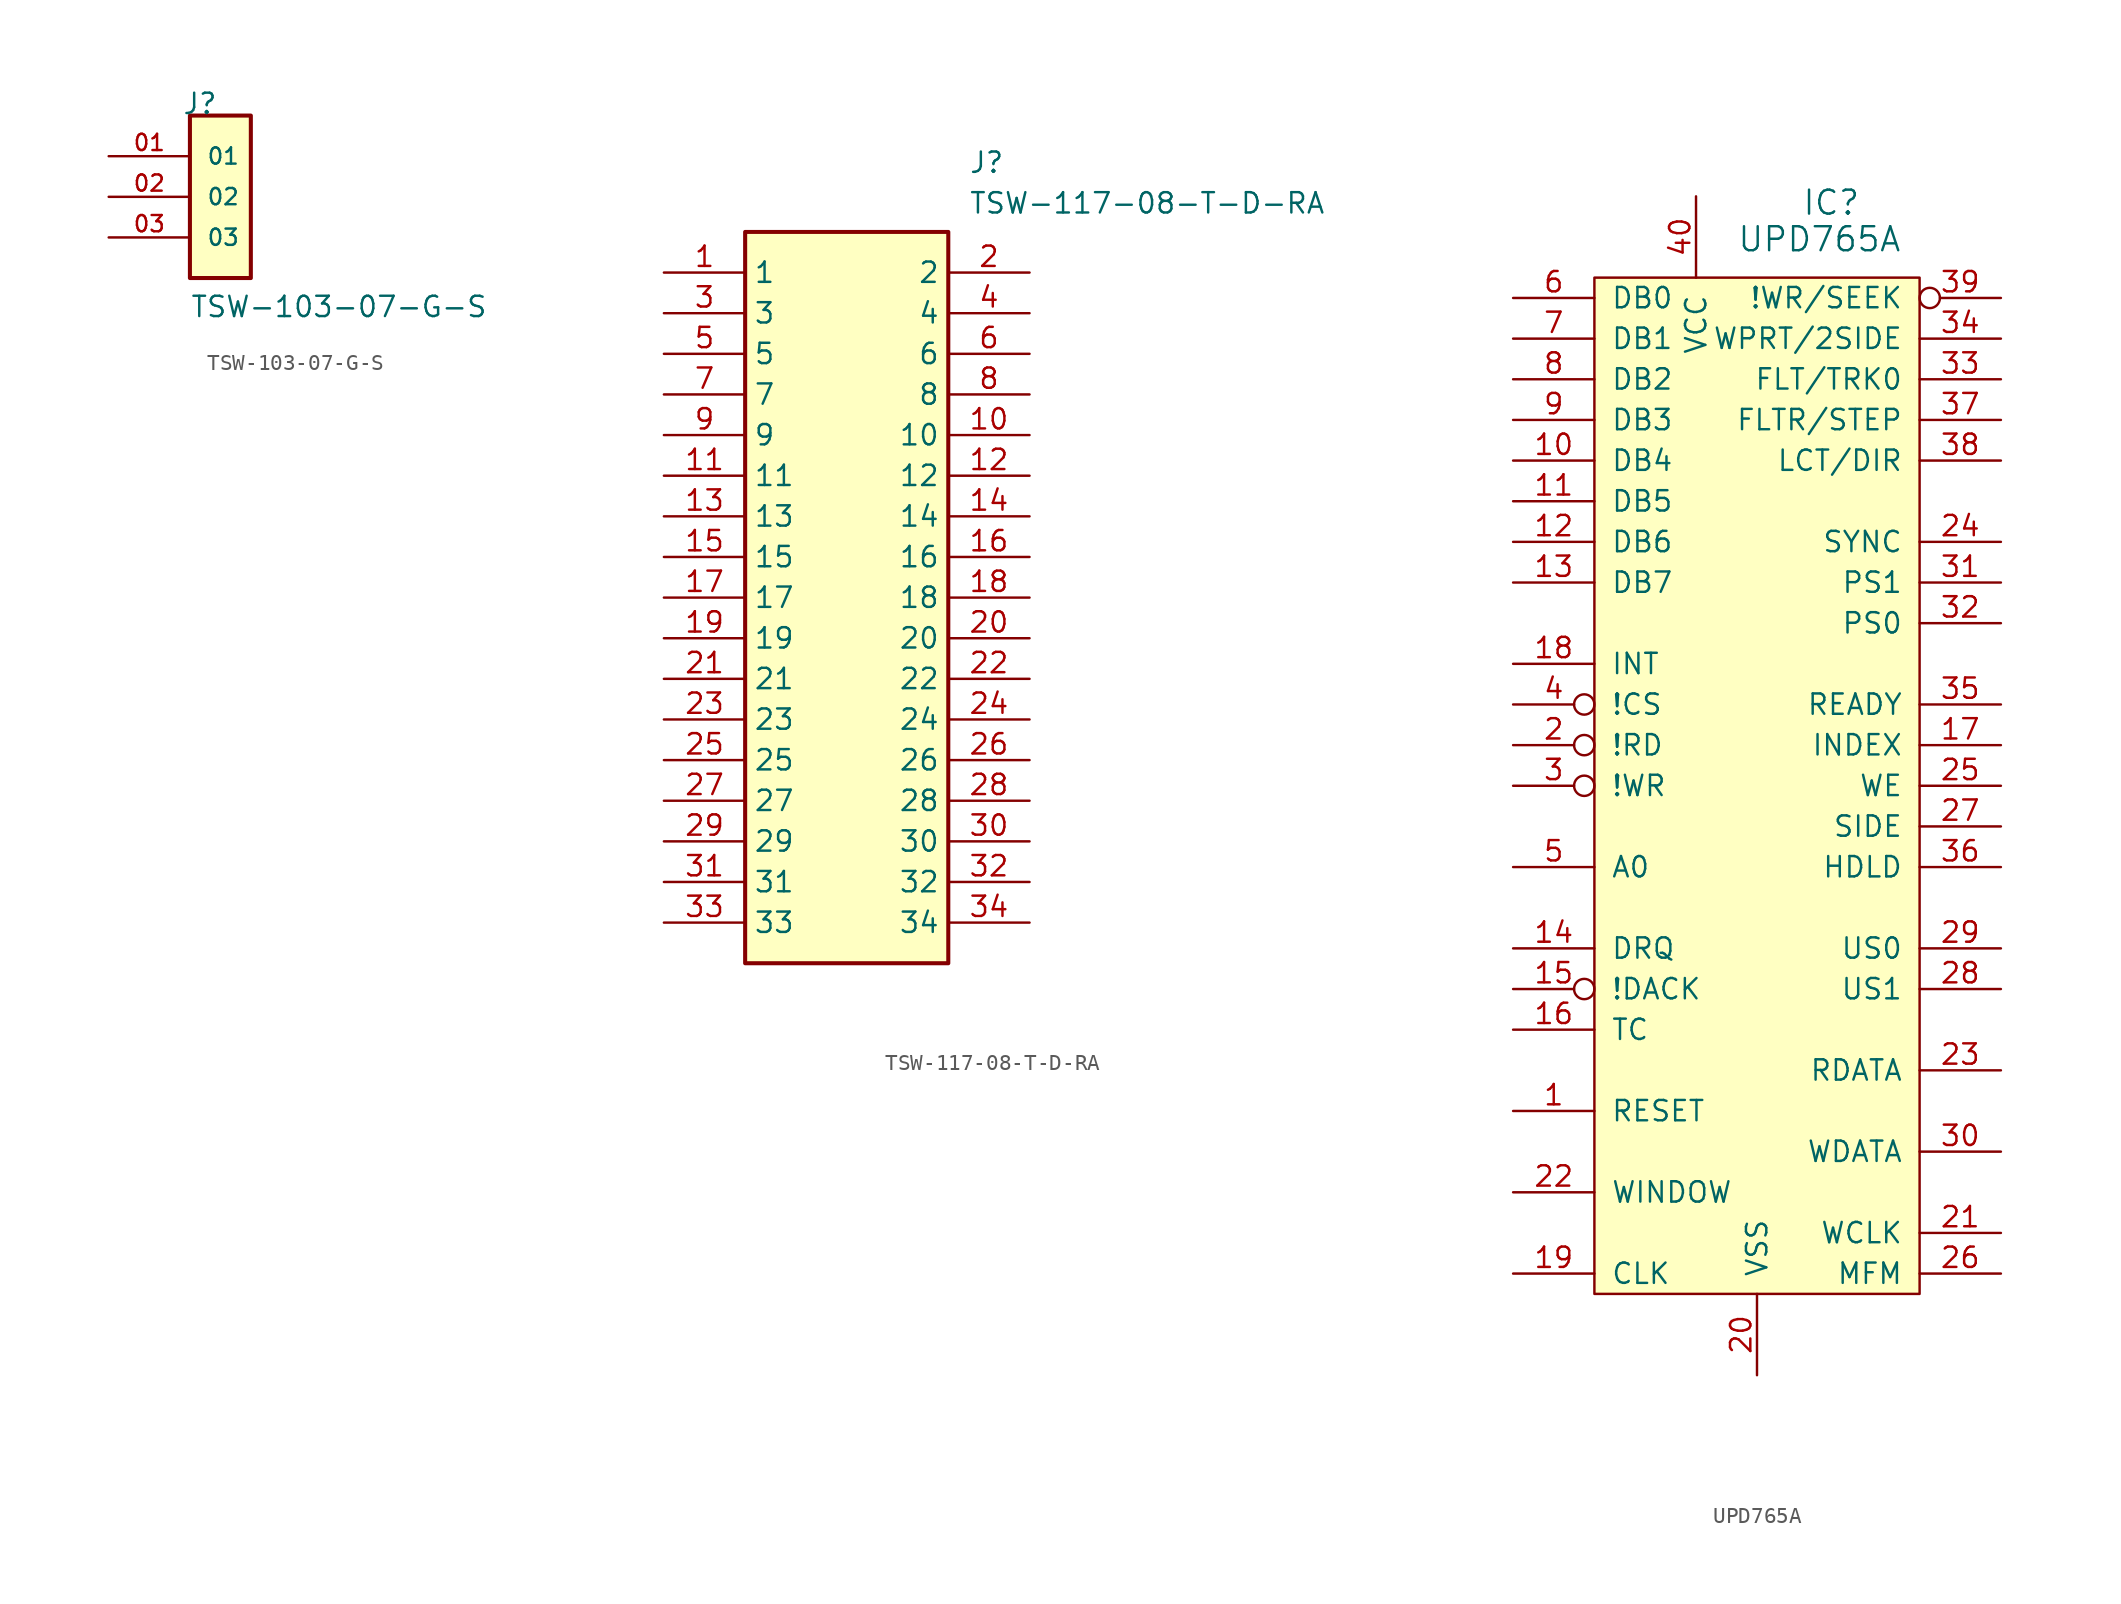
<source format=kicad_sym>
(kicad_symbol_lib
  (version 20241209)
  (generator "kicad_symbol_editor")
  (generator_version "9.0")
  (symbol "TSW-103-07-G-S"
    (pin_names
      (offset 1.016))
    (property "Reference" "J"
      (at -8.12 5.08 0)
      (effects (font (size 1.27 1.27)) (justify left bottom)))
    (property "Value" "TSW-103-07-G-S"
      (at -7.62 -7.62 0)
      (effects (font (size 1.27 1.27)) (justify left bottom)))
    (symbol "TSW-103-07-G-S_0_0"
      (rectangle (start -7.62 5.08) (end -3.81 -5.08) (stroke (width 0.254) (type default)) (fill (type background)))
      (pin passive line (at -12.7 2.54 0) (length 5.08) (name "01" (effects (font (size 1.016 1.016)))) (number "01" (effects (font (size 1.016 1.016)))))
      (pin passive line (at -12.7 0 0) (length 5.08) (name "02" (effects (font (size 1.016 1.016)))) (number "02" (effects (font (size 1.016 1.016)))))
      (pin passive line (at -12.7 -2.54 0) (length 5.08) (name "03" (effects (font (size 1.016 1.016)))) (number "03" (effects (font (size 1.016 1.016)))))))
  (symbol "TSW-117-08-T-D-RA"
    (property "Reference" "J"
      (at 19.05 7.62 0)
      (effects (font (size 1.27 1.27)) (justify left top)))
    (property "Value" "TSW-117-08-T-D-RA"
      (at 19.05 5.08 0)
      (effects (font (size 1.27 1.27)) (justify left top)))
    (symbol "TSW-117-08-T-D-RA_1_1"
      (rectangle (start 5.08 2.54) (end 17.78 -43.18) (stroke (width 0.254) (type default)) (fill (type background)))
      (pin passive line (at 0 0 0) (length 5.08) (name "1" (effects (font (size 1.27 1.27)))) (number "1" (effects (font (size 1.27 1.27)))))
      (pin passive line (at 0 -2.54 0) (length 5.08) (name "3" (effects (font (size 1.27 1.27)))) (number "3" (effects (font (size 1.27 1.27)))))
      (pin passive line (at 0 -5.08 0) (length 5.08) (name "5" (effects (font (size 1.27 1.27)))) (number "5" (effects (font (size 1.27 1.27)))))
      (pin passive line (at 0 -7.62 0) (length 5.08) (name "7" (effects (font (size 1.27 1.27)))) (number "7" (effects (font (size 1.27 1.27)))))
      (pin passive line (at 0 -10.16 0) (length 5.08) (name "9" (effects (font (size 1.27 1.27)))) (number "9" (effects (font (size 1.27 1.27)))))
      (pin passive line (at 0 -12.7 0) (length 5.08) (name "11" (effects (font (size 1.27 1.27)))) (number "11" (effects (font (size 1.27 1.27)))))
      (pin passive line (at 0 -15.24 0) (length 5.08) (name "13" (effects (font (size 1.27 1.27)))) (number "13" (effects (font (size 1.27 1.27)))))
      (pin passive line (at 0 -17.78 0) (length 5.08) (name "15" (effects (font (size 1.27 1.27)))) (number "15" (effects (font (size 1.27 1.27)))))
      (pin passive line (at 0 -20.32 0) (length 5.08) (name "17" (effects (font (size 1.27 1.27)))) (number "17" (effects (font (size 1.27 1.27)))))
      (pin passive line (at 0 -22.86 0) (length 5.08) (name "19" (effects (font (size 1.27 1.27)))) (number "19" (effects (font (size 1.27 1.27)))))
      (pin passive line (at 0 -25.4 0) (length 5.08) (name "21" (effects (font (size 1.27 1.27)))) (number "21" (effects (font (size 1.27 1.27)))))
      (pin passive line (at 0 -27.94 0) (length 5.08) (name "23" (effects (font (size 1.27 1.27)))) (number "23" (effects (font (size 1.27 1.27)))))
      (pin passive line (at 0 -30.48 0) (length 5.08) (name "25" (effects (font (size 1.27 1.27)))) (number "25" (effects (font (size 1.27 1.27)))))
      (pin passive line (at 0 -33.02 0) (length 5.08) (name "27" (effects (font (size 1.27 1.27)))) (number "27" (effects (font (size 1.27 1.27)))))
      (pin passive line (at 0 -35.56 0) (length 5.08) (name "29" (effects (font (size 1.27 1.27)))) (number "29" (effects (font (size 1.27 1.27)))))
      (pin passive line (at 0 -38.1 0) (length 5.08) (name "31" (effects (font (size 1.27 1.27)))) (number "31" (effects (font (size 1.27 1.27)))))
      (pin passive line (at 0 -40.64 0) (length 5.08) (name "33" (effects (font (size 1.27 1.27)))) (number "33" (effects (font (size 1.27 1.27)))))
      (pin passive line (at 22.86 0 180) (length 5.08) (name "2" (effects (font (size 1.27 1.27)))) (number "2" (effects (font (size 1.27 1.27)))))
      (pin passive line (at 22.86 -2.54 180) (length 5.08) (name "4" (effects (font (size 1.27 1.27)))) (number "4" (effects (font (size 1.27 1.27)))))
      (pin passive line (at 22.86 -5.08 180) (length 5.08) (name "6" (effects (font (size 1.27 1.27)))) (number "6" (effects (font (size 1.27 1.27)))))
      (pin passive line (at 22.86 -7.62 180) (length 5.08) (name "8" (effects (font (size 1.27 1.27)))) (number "8" (effects (font (size 1.27 1.27)))))
      (pin passive line (at 22.86 -10.16 180) (length 5.08) (name "10" (effects (font (size 1.27 1.27)))) (number "10" (effects (font (size 1.27 1.27)))))
      (pin passive line (at 22.86 -12.7 180) (length 5.08) (name "12" (effects (font (size 1.27 1.27)))) (number "12" (effects (font (size 1.27 1.27)))))
      (pin passive line (at 22.86 -15.24 180) (length 5.08) (name "14" (effects (font (size 1.27 1.27)))) (number "14" (effects (font (size 1.27 1.27)))))
      (pin passive line (at 22.86 -17.78 180) (length 5.08) (name "16" (effects (font (size 1.27 1.27)))) (number "16" (effects (font (size 1.27 1.27)))))
      (pin passive line (at 22.86 -20.32 180) (length 5.08) (name "18" (effects (font (size 1.27 1.27)))) (number "18" (effects (font (size 1.27 1.27)))))
      (pin passive line (at 22.86 -22.86 180) (length 5.08) (name "20" (effects (font (size 1.27 1.27)))) (number "20" (effects (font (size 1.27 1.27)))))
      (pin passive line (at 22.86 -25.4 180) (length 5.08) (name "22" (effects (font (size 1.27 1.27)))) (number "22" (effects (font (size 1.27 1.27)))))
      (pin passive line (at 22.86 -27.94 180) (length 5.08) (name "24" (effects (font (size 1.27 1.27)))) (number "24" (effects (font (size 1.27 1.27)))))
      (pin passive line (at 22.86 -30.48 180) (length 5.08) (name "26" (effects (font (size 1.27 1.27)))) (number "26" (effects (font (size 1.27 1.27)))))
      (pin passive line (at 22.86 -33.02 180) (length 5.08) (name "28" (effects (font (size 1.27 1.27)))) (number "28" (effects (font (size 1.27 1.27)))))
      (pin passive line (at 22.86 -35.56 180) (length 5.08) (name "30" (effects (font (size 1.27 1.27)))) (number "30" (effects (font (size 1.27 1.27)))))
      (pin passive line (at 22.86 -38.1 180) (length 5.08) (name "32" (effects (font (size 1.27 1.27)))) (number "32" (effects (font (size 1.27 1.27)))))
      (pin passive line (at 22.86 -40.64 180) (length 5.08) (name "34" (effects (font (size 1.27 1.27)))) (number "34" (effects (font (size 1.27 1.27)))))))
  (symbol "UPD765A"
    (pin_names
      (offset 1.016))
    (property "Reference" "IC"
      (at 2.794 34.29 0)
      (effects (font (size 1.499 1.499)) (justify left bottom)))
    (property "Value" "UPD765A"
      (at -1.27 32.004 0)
      (effects (font (size 1.499 1.499)) (justify left bottom)))
    (symbol "UPD765A_1_0"
      (rectangle (start -10.16 30.48) (end 10.16 -33.02) (stroke (width 0) (type solid)) (fill (type background)))
      (pin passive line (at -15.24 29.21 0) (length 5.08) (name "DB0" (effects (font (size 1.27 1.27)))) (number "6" (effects (font (size 1.27 1.27)))))
      (pin passive line (at -15.24 26.67 0) (length 5.08) (name "DB1" (effects (font (size 1.27 1.27)))) (number "7" (effects (font (size 1.27 1.27)))))
      (pin passive line (at -15.24 24.13 0) (length 5.08) (name "DB2" (effects (font (size 1.27 1.27)))) (number "8" (effects (font (size 1.27 1.27)))))
      (pin passive line (at -15.24 21.59 0) (length 5.08) (name "DB3" (effects (font (size 1.27 1.27)))) (number "9" (effects (font (size 1.27 1.27)))))
      (pin passive line (at -15.24 19.05 0) (length 5.08) (name "DB4" (effects (font (size 1.27 1.27)))) (number "10" (effects (font (size 1.27 1.27)))))
      (pin passive line (at -15.24 16.51 0) (length 5.08) (name "DB5" (effects (font (size 1.27 1.27)))) (number "11" (effects (font (size 1.27 1.27)))))
      (pin passive line (at -15.24 13.97 0) (length 5.08) (name "DB6" (effects (font (size 1.27 1.27)))) (number "12" (effects (font (size 1.27 1.27)))))
      (pin passive line (at -15.24 11.43 0) (length 5.08) (name "DB7" (effects (font (size 1.27 1.27)))) (number "13" (effects (font (size 1.27 1.27)))))
      (pin passive line (at -15.24 6.35 0) (length 5.08) (name "INT" (effects (font (size 1.27 1.27)))) (number "18" (effects (font (size 1.27 1.27)))))
      (pin passive inverted (at -15.24 3.81 0) (length 5.08) (name "!CS" (effects (font (size 1.27 1.27)))) (number "4" (effects (font (size 1.27 1.27)))))
      (pin passive inverted (at -15.24 1.27 0) (length 5.08) (name "!RD" (effects (font (size 1.27 1.27)))) (number "2" (effects (font (size 1.27 1.27)))))
      (pin passive inverted (at -15.24 -1.27 0) (length 5.08) (name "!WR" (effects (font (size 1.27 1.27)))) (number "3" (effects (font (size 1.27 1.27)))))
      (pin passive line (at -15.24 -6.35 0) (length 5.08) (name "A0" (effects (font (size 1.27 1.27)))) (number "5" (effects (font (size 1.27 1.27)))))
      (pin passive line (at -15.24 -11.43 0) (length 5.08) (name "DRQ" (effects (font (size 1.27 1.27)))) (number "14" (effects (font (size 1.27 1.27)))))
      (pin passive inverted (at -15.24 -13.97 0) (length 5.08) (name "!DACK" (effects (font (size 1.27 1.27)))) (number "15" (effects (font (size 1.27 1.27)))))
      (pin passive line (at -15.24 -16.51 0) (length 5.08) (name "TC" (effects (font (size 1.27 1.27)))) (number "16" (effects (font (size 1.27 1.27)))))
      (pin passive line (at -15.24 -21.59 0) (length 5.08) (name "RESET" (effects (font (size 1.27 1.27)))) (number "1" (effects (font (size 1.27 1.27)))))
      (pin passive line (at -15.24 -26.67 0) (length 5.08) (name "WINDOW" (effects (font (size 1.27 1.27)))) (number "22" (effects (font (size 1.27 1.27)))))
      (pin passive line (at -15.24 -31.75 0) (length 5.08) (name "CLK" (effects (font (size 1.27 1.27)))) (number "19" (effects (font (size 1.27 1.27)))))
      (pin passive line (at -3.81 35.56 270) (length 5.08) (name "VCC" (effects (font (size 1.27 1.27)))) (number "40" (effects (font (size 1.27 1.27)))))
      (pin passive line (at 0 -38.1 90) (length 5.08) (name "VSS" (effects (font (size 1.27 1.27)))) (number "20" (effects (font (size 1.27 1.27)))))
      (pin passive inverted (at 15.24 29.21 180) (length 5.08) (name "!WR/SEEK" (effects (font (size 1.27 1.27)))) (number "39" (effects (font (size 1.27 1.27)))))
      (pin passive line (at 15.24 26.67 180) (length 5.08) (name "WPRT/2SIDE" (effects (font (size 1.27 1.27)))) (number "34" (effects (font (size 1.27 1.27)))))
      (pin passive line (at 15.24 24.13 180) (length 5.08) (name "FLT/TRK0" (effects (font (size 1.27 1.27)))) (number "33" (effects (font (size 1.27 1.27)))))
      (pin passive line (at 15.24 21.59 180) (length 5.08) (name "FLTR/STEP" (effects (font (size 1.27 1.27)))) (number "37" (effects (font (size 1.27 1.27)))))
      (pin passive line (at 15.24 19.05 180) (length 5.08) (name "LCT/DIR" (effects (font (size 1.27 1.27)))) (number "38" (effects (font (size 1.27 1.27)))))
      (pin passive line (at 15.24 13.97 180) (length 5.08) (name "SYNC" (effects (font (size 1.27 1.27)))) (number "24" (effects (font (size 1.27 1.27)))))
      (pin passive line (at 15.24 11.43 180) (length 5.08) (name "PS1" (effects (font (size 1.27 1.27)))) (number "31" (effects (font (size 1.27 1.27)))))
      (pin passive line (at 15.24 8.89 180) (length 5.08) (name "PS0" (effects (font (size 1.27 1.27)))) (number "32" (effects (font (size 1.27 1.27)))))
      (pin passive line (at 15.24 3.81 180) (length 5.08) (name "READY" (effects (font (size 1.27 1.27)))) (number "35" (effects (font (size 1.27 1.27)))))
      (pin passive line (at 15.24 1.27 180) (length 5.08) (name "INDEX" (effects (font (size 1.27 1.27)))) (number "17" (effects (font (size 1.27 1.27)))))
      (pin passive line (at 15.24 -1.27 180) (length 5.08) (name "WE" (effects (font (size 1.27 1.27)))) (number "25" (effects (font (size 1.27 1.27)))))
      (pin passive line (at 15.24 -3.81 180) (length 5.08) (name "SIDE" (effects (font (size 1.27 1.27)))) (number "27" (effects (font (size 1.27 1.27)))))
      (pin passive line (at 15.24 -6.35 180) (length 5.08) (name "HDLD" (effects (font (size 1.27 1.27)))) (number "36" (effects (font (size 1.27 1.27)))))
      (pin passive line (at 15.24 -11.43 180) (length 5.08) (name "US0" (effects (font (size 1.27 1.27)))) (number "29" (effects (font (size 1.27 1.27)))))
      (pin passive line (at 15.24 -13.97 180) (length 5.08) (name "US1" (effects (font (size 1.27 1.27)))) (number "28" (effects (font (size 1.27 1.27)))))
      (pin passive line (at 15.24 -19.05 180) (length 5.08) (name "RDATA" (effects (font (size 1.27 1.27)))) (number "23" (effects (font (size 1.27 1.27)))))
      (pin passive line (at 15.24 -24.13 180) (length 5.08) (name "WDATA" (effects (font (size 1.27 1.27)))) (number "30" (effects (font (size 1.27 1.27)))))
      (pin passive line (at 15.24 -29.21 180) (length 5.08) (name "WCLK" (effects (font (size 1.27 1.27)))) (number "21" (effects (font (size 1.27 1.27)))))
      (pin passive line (at 15.24 -31.75 180) (length 5.08) (name "MFM" (effects (font (size 1.27 1.27)))) (number "26" (effects (font (size 1.27 1.27))))))))
</source>
